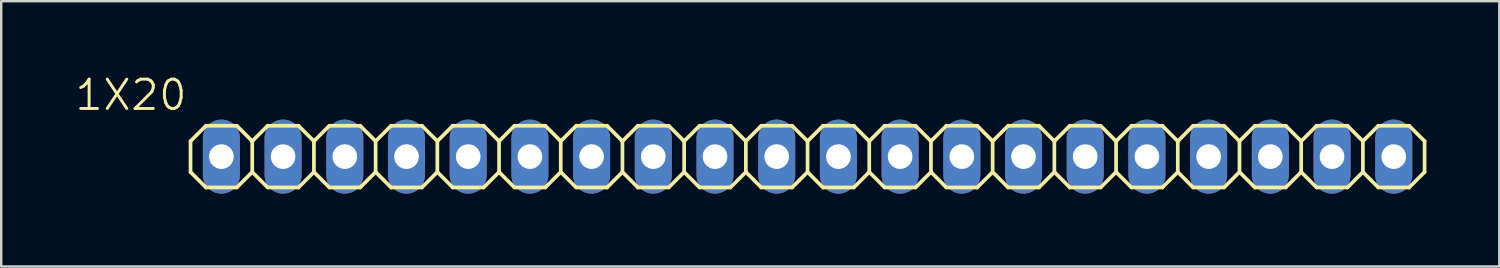
<source format=kicad_pcb>
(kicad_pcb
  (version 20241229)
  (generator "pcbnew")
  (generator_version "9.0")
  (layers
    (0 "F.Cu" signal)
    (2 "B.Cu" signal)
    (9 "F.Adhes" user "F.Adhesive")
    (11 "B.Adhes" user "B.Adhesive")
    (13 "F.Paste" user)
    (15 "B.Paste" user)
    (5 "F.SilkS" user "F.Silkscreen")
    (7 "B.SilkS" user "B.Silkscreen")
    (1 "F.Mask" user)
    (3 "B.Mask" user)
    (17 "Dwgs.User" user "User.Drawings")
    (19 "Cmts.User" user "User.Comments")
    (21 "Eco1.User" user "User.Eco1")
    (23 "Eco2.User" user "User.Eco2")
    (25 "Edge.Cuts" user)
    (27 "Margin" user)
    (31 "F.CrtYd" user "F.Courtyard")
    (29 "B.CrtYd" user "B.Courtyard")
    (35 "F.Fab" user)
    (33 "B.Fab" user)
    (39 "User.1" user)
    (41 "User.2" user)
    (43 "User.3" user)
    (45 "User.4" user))
  (footprint "1X20"
    (layer "F.Cu")
    (at 30.193 3.397)
    (property "Reference" "1X20" (at -25.476 -1.829 0) (layer "F.SilkS") (effects (font (size 1.206 1.206) (thickness 0.121)) (justify right bottom)))
    (attr through_hole)
    (fp_line (start -25.4 -0.635) (end -25.4 0.635) (stroke (width 0.152) (type solid)) (layer "F.SilkS"))
    (fp_line (start -25.4 0.635) (end -24.765 1.27) (stroke (width 0.152) (type solid)) (layer "F.SilkS"))
    (fp_line (start -24.765 -1.27) (end -25.4 -0.635) (stroke (width 0.152) (type solid)) (layer "F.SilkS"))
    (fp_line (start -24.765 -1.27) (end -23.495 -1.27) (stroke (width 0.152) (type solid)) (layer "F.SilkS"))
    (fp_line (start -23.495 -1.27) (end -22.86 -0.635) (stroke (width 0.152) (type solid)) (layer "F.SilkS"))
    (fp_line (start -23.495 1.27) (end -24.765 1.27) (stroke (width 0.152) (type solid)) (layer "F.SilkS"))
    (fp_line (start -22.86 -0.635) (end -22.86 0.635) (stroke (width 0.152) (type solid)) (layer "F.SilkS"))
    (fp_line (start -22.86 -0.635) (end -22.225 -1.27) (stroke (width 0.152) (type solid)) (layer "F.SilkS"))
    (fp_line (start -22.86 0.635) (end -23.495 1.27) (stroke (width 0.152) (type solid)) (layer "F.SilkS"))
    (fp_line (start -22.225 -1.27) (end -20.955 -1.27) (stroke (width 0.152) (type solid)) (layer "F.SilkS"))
    (fp_line (start -22.225 1.27) (end -22.86 0.635) (stroke (width 0.152) (type solid)) (layer "F.SilkS"))
    (fp_line (start -20.955 -1.27) (end -20.32 -0.635) (stroke (width 0.152) (type solid)) (layer "F.SilkS"))
    (fp_line (start -20.955 1.27) (end -22.225 1.27) (stroke (width 0.152) (type solid)) (layer "F.SilkS"))
    (fp_line (start -20.32 -0.635) (end -20.32 0.635) (stroke (width 0.152) (type solid)) (layer "F.SilkS"))
    (fp_line (start -20.32 -0.635) (end -19.685 -1.27) (stroke (width 0.152) (type solid)) (layer "F.SilkS"))
    (fp_line (start -20.32 0.635) (end -20.955 1.27) (stroke (width 0.152) (type solid)) (layer "F.SilkS"))
    (fp_line (start -19.685 -1.27) (end -18.415 -1.27) (stroke (width 0.152) (type solid)) (layer "F.SilkS"))
    (fp_line (start -19.685 1.27) (end -20.32 0.635) (stroke (width 0.152) (type solid)) (layer "F.SilkS"))
    (fp_line (start -18.415 -1.27) (end -17.78 -0.635) (stroke (width 0.152) (type solid)) (layer "F.SilkS"))
    (fp_line (start -18.415 1.27) (end -19.685 1.27) (stroke (width 0.152) (type solid)) (layer "F.SilkS"))
    (fp_line (start -17.78 -0.635) (end -17.78 0.635) (stroke (width 0.152) (type solid)) (layer "F.SilkS"))
    (fp_line (start -17.78 0.635) (end -18.415 1.27) (stroke (width 0.152) (type solid)) (layer "F.SilkS"))
    (fp_line (start -17.78 0.635) (end -17.145 1.27) (stroke (width 0.152) (type solid)) (layer "F.SilkS"))
    (fp_line (start -17.145 -1.27) (end -17.78 -0.635) (stroke (width 0.152) (type solid)) (layer "F.SilkS"))
    (fp_line (start -17.145 -1.27) (end -15.875 -1.27) (stroke (width 0.152) (type solid)) (layer "F.SilkS"))
    (fp_line (start -15.875 -1.27) (end -15.24 -0.635) (stroke (width 0.152) (type solid)) (layer "F.SilkS"))
    (fp_line (start -15.875 1.27) (end -17.145 1.27) (stroke (width 0.152) (type solid)) (layer "F.SilkS"))
    (fp_line (start -15.24 -0.635) (end -15.24 0.635) (stroke (width 0.152) (type solid)) (layer "F.SilkS"))
    (fp_line (start -15.24 -0.635) (end -14.605 -1.27) (stroke (width 0.152) (type solid)) (layer "F.SilkS"))
    (fp_line (start -15.24 0.635) (end -15.875 1.27) (stroke (width 0.152) (type solid)) (layer "F.SilkS"))
    (fp_line (start -14.605 -1.27) (end -13.335 -1.27) (stroke (width 0.152) (type solid)) (layer "F.SilkS"))
    (fp_line (start -14.605 1.27) (end -15.24 0.635) (stroke (width 0.152) (type solid)) (layer "F.SilkS"))
    (fp_line (start -13.335 -1.27) (end -12.7 -0.635) (stroke (width 0.152) (type solid)) (layer "F.SilkS"))
    (fp_line (start -13.335 1.27) (end -14.605 1.27) (stroke (width 0.152) (type solid)) (layer "F.SilkS"))
    (fp_line (start -12.7 -0.635) (end -12.7 0.635) (stroke (width 0.152) (type solid)) (layer "F.SilkS"))
    (fp_line (start -12.7 -0.635) (end -12.065 -1.27) (stroke (width 0.152) (type solid)) (layer "F.SilkS"))
    (fp_line (start -12.7 0.635) (end -13.335 1.27) (stroke (width 0.152) (type solid)) (layer "F.SilkS"))
    (fp_line (start -12.065 -1.27) (end -10.795 -1.27) (stroke (width 0.152) (type solid)) (layer "F.SilkS"))
    (fp_line (start -12.065 1.27) (end -12.7 0.635) (stroke (width 0.152) (type solid)) (layer "F.SilkS"))
    (fp_line (start -10.795 -1.27) (end -10.16 -0.635) (stroke (width 0.152) (type solid)) (layer "F.SilkS"))
    (fp_line (start -10.795 1.27) (end -12.065 1.27) (stroke (width 0.152) (type solid)) (layer "F.SilkS"))
    (fp_line (start -10.16 -0.635) (end -10.16 0.635) (stroke (width 0.152) (type solid)) (layer "F.SilkS"))
    (fp_line (start -10.16 0.635) (end -10.795 1.27) (stroke (width 0.152) (type solid)) (layer "F.SilkS"))
    (fp_line (start -10.16 0.635) (end -9.525 1.27) (stroke (width 0.152) (type solid)) (layer "F.SilkS"))
    (fp_line (start -9.525 -1.27) (end -10.16 -0.635) (stroke (width 0.152) (type solid)) (layer "F.SilkS"))
    (fp_line (start -9.525 -1.27) (end -8.255 -1.27) (stroke (width 0.152) (type solid)) (layer "F.SilkS"))
    (fp_line (start -8.255 -1.27) (end -7.62 -0.635) (stroke (width 0.152) (type solid)) (layer "F.SilkS"))
    (fp_line (start -8.255 1.27) (end -9.525 1.27) (stroke (width 0.152) (type solid)) (layer "F.SilkS"))
    (fp_line (start -7.62 -0.635) (end -7.62 0.635) (stroke (width 0.152) (type solid)) (layer "F.SilkS"))
    (fp_line (start -7.62 -0.635) (end -6.985 -1.27) (stroke (width 0.152) (type solid)) (layer "F.SilkS"))
    (fp_line (start -7.62 0.635) (end -8.255 1.27) (stroke (width 0.152) (type solid)) (layer "F.SilkS"))
    (fp_line (start -6.985 -1.27) (end -5.715 -1.27) (stroke (width 0.152) (type solid)) (layer "F.SilkS"))
    (fp_line (start -6.985 1.27) (end -7.62 0.635) (stroke (width 0.152) (type solid)) (layer "F.SilkS"))
    (fp_line (start -5.715 -1.27) (end -5.08 -0.635) (stroke (width 0.152) (type solid)) (layer "F.SilkS"))
    (fp_line (start -5.715 1.27) (end -6.985 1.27) (stroke (width 0.152) (type solid)) (layer "F.SilkS"))
    (fp_line (start -5.08 -0.635) (end -5.08 0.635) (stroke (width 0.152) (type solid)) (layer "F.SilkS"))
    (fp_line (start -5.08 -0.635) (end -4.445 -1.27) (stroke (width 0.152) (type solid)) (layer "F.SilkS"))
    (fp_line (start -5.08 0.635) (end -5.715 1.27) (stroke (width 0.152) (type solid)) (layer "F.SilkS"))
    (fp_line (start -4.445 -1.27) (end -3.175 -1.27) (stroke (width 0.152) (type solid)) (layer "F.SilkS"))
    (fp_line (start -4.445 1.27) (end -5.08 0.635) (stroke (width 0.152) (type solid)) (layer "F.SilkS"))
    (fp_line (start -3.175 -1.27) (end -2.54 -0.635) (stroke (width 0.152) (type solid)) (layer "F.SilkS"))
    (fp_line (start -3.175 1.27) (end -4.445 1.27) (stroke (width 0.152) (type solid)) (layer "F.SilkS"))
    (fp_line (start -2.54 -0.635) (end -2.54 0.635) (stroke (width 0.152) (type solid)) (layer "F.SilkS"))
    (fp_line (start -2.54 0.635) (end -3.175 1.27) (stroke (width 0.152) (type solid)) (layer "F.SilkS"))
    (fp_line (start -2.54 0.635) (end -1.905 1.27) (stroke (width 0.152) (type solid)) (layer "F.SilkS"))
    (fp_line (start -1.905 -1.27) (end -2.54 -0.635) (stroke (width 0.152) (type solid)) (layer "F.SilkS"))
    (fp_line (start -1.905 -1.27) (end -0.635 -1.27) (stroke (width 0.152) (type solid)) (layer "F.SilkS"))
    (fp_line (start -0.635 -1.27) (end 0 -0.635) (stroke (width 0.152) (type solid)) (layer "F.SilkS"))
    (fp_line (start -0.635 1.27) (end -1.905 1.27) (stroke (width 0.152) (type solid)) (layer "F.SilkS"))
    (fp_line (start 0 -0.635) (end 0 0.635) (stroke (width 0.152) (type solid)) (layer "F.SilkS"))
    (fp_line (start 0 -0.635) (end 0.635 -1.27) (stroke (width 0.152) (type solid)) (layer "F.SilkS"))
    (fp_line (start 0 0.635) (end -0.635 1.27) (stroke (width 0.152) (type solid)) (layer "F.SilkS"))
    (fp_line (start 0.635 -1.27) (end 1.905 -1.27) (stroke (width 0.152) (type solid)) (layer "F.SilkS"))
    (fp_line (start 0.635 1.27) (end 0 0.635) (stroke (width 0.152) (type solid)) (layer "F.SilkS"))
    (fp_line (start 1.905 -1.27) (end 2.54 -0.635) (stroke (width 0.152) (type solid)) (layer "F.SilkS"))
    (fp_line (start 1.905 1.27) (end 0.635 1.27) (stroke (width 0.152) (type solid)) (layer "F.SilkS"))
    (fp_line (start 2.54 -0.635) (end 2.54 0.635) (stroke (width 0.152) (type solid)) (layer "F.SilkS"))
    (fp_line (start 2.54 -0.635) (end 3.175 -1.27) (stroke (width 0.152) (type solid)) (layer "F.SilkS"))
    (fp_line (start 2.54 0.635) (end 1.905 1.27) (stroke (width 0.152) (type solid)) (layer "F.SilkS"))
    (fp_line (start 3.175 -1.27) (end 4.445 -1.27) (stroke (width 0.152) (type solid)) (layer "F.SilkS"))
    (fp_line (start 3.175 1.27) (end 2.54 0.635) (stroke (width 0.152) (type solid)) (layer "F.SilkS"))
    (fp_line (start 4.445 -1.27) (end 5.08 -0.635) (stroke (width 0.152) (type solid)) (layer "F.SilkS"))
    (fp_line (start 4.445 1.27) (end 3.175 1.27) (stroke (width 0.152) (type solid)) (layer "F.SilkS"))
    (fp_line (start 5.08 -0.635) (end 5.08 0.635) (stroke (width 0.152) (type solid)) (layer "F.SilkS"))
    (fp_line (start 5.08 0.635) (end 4.445 1.27) (stroke (width 0.152) (type solid)) (layer "F.SilkS"))
    (fp_line (start 5.08 0.635) (end 5.715 1.27) (stroke (width 0.152) (type solid)) (layer "F.SilkS"))
    (fp_line (start 5.715 -1.27) (end 5.08 -0.635) (stroke (width 0.152) (type solid)) (layer "F.SilkS"))
    (fp_line (start 5.715 -1.27) (end 6.985 -1.27) (stroke (width 0.152) (type solid)) (layer "F.SilkS"))
    (fp_line (start 6.985 -1.27) (end 7.62 -0.635) (stroke (width 0.152) (type solid)) (layer "F.SilkS"))
    (fp_line (start 6.985 1.27) (end 5.715 1.27) (stroke (width 0.152) (type solid)) (layer "F.SilkS"))
    (fp_line (start 7.62 -0.635) (end 7.62 0.635) (stroke (width 0.152) (type solid)) (layer "F.SilkS"))
    (fp_line (start 7.62 -0.635) (end 8.255 -1.27) (stroke (width 0.152) (type solid)) (layer "F.SilkS"))
    (fp_line (start 7.62 0.635) (end 6.985 1.27) (stroke (width 0.152) (type solid)) (layer "F.SilkS"))
    (fp_line (start 8.255 -1.27) (end 9.525 -1.27) (stroke (width 0.152) (type solid)) (layer "F.SilkS"))
    (fp_line (start 8.255 1.27) (end 7.62 0.635) (stroke (width 0.152) (type solid)) (layer "F.SilkS"))
    (fp_line (start 9.525 -1.27) (end 10.16 -0.635) (stroke (width 0.152) (type solid)) (layer "F.SilkS"))
    (fp_line (start 9.525 1.27) (end 8.255 1.27) (stroke (width 0.152) (type solid)) (layer "F.SilkS"))
    (fp_line (start 10.16 -0.635) (end 10.16 0.635) (stroke (width 0.152) (type solid)) (layer "F.SilkS"))
    (fp_line (start 10.16 -0.635) (end 10.795 -1.27) (stroke (width 0.152) (type solid)) (layer "F.SilkS"))
    (fp_line (start 10.16 0.635) (end 9.525 1.27) (stroke (width 0.152) (type solid)) (layer "F.SilkS"))
    (fp_line (start 10.795 -1.27) (end 12.065 -1.27) (stroke (width 0.152) (type solid)) (layer "F.SilkS"))
    (fp_line (start 10.795 1.27) (end 10.16 0.635) (stroke (width 0.152) (type solid)) (layer "F.SilkS"))
    (fp_line (start 12.065 -1.27) (end 12.7 -0.635) (stroke (width 0.152) (type solid)) (layer "F.SilkS"))
    (fp_line (start 12.065 1.27) (end 10.795 1.27) (stroke (width 0.152) (type solid)) (layer "F.SilkS"))
    (fp_line (start 12.7 -0.635) (end 12.7 0.635) (stroke (width 0.152) (type solid)) (layer "F.SilkS"))
    (fp_line (start 12.7 0.635) (end 12.065 1.27) (stroke (width 0.152) (type solid)) (layer "F.SilkS"))
    (fp_line (start 12.7 0.635) (end 13.335 1.27) (stroke (width 0.152) (type solid)) (layer "F.SilkS"))
    (fp_line (start 13.335 -1.27) (end 12.7 -0.635) (stroke (width 0.152) (type solid)) (layer "F.SilkS"))
    (fp_line (start 13.335 -1.27) (end 14.605 -1.27) (stroke (width 0.152) (type solid)) (layer "F.SilkS"))
    (fp_line (start 14.605 -1.27) (end 15.24 -0.635) (stroke (width 0.152) (type solid)) (layer "F.SilkS"))
    (fp_line (start 14.605 1.27) (end 13.335 1.27) (stroke (width 0.152) (type solid)) (layer "F.SilkS"))
    (fp_line (start 15.24 -0.635) (end 15.24 0.635) (stroke (width 0.152) (type solid)) (layer "F.SilkS"))
    (fp_line (start 15.24 -0.635) (end 15.875 -1.27) (stroke (width 0.152) (type solid)) (layer "F.SilkS"))
    (fp_line (start 15.24 0.635) (end 14.605 1.27) (stroke (width 0.152) (type solid)) (layer "F.SilkS"))
    (fp_line (start 15.875 -1.27) (end 17.145 -1.27) (stroke (width 0.152) (type solid)) (layer "F.SilkS"))
    (fp_line (start 15.875 1.27) (end 15.24 0.635) (stroke (width 0.152) (type solid)) (layer "F.SilkS"))
    (fp_line (start 17.145 -1.27) (end 17.78 -0.635) (stroke (width 0.152) (type solid)) (layer "F.SilkS"))
    (fp_line (start 17.145 1.27) (end 15.875 1.27) (stroke (width 0.152) (type solid)) (layer "F.SilkS"))
    (fp_line (start 17.78 -0.635) (end 17.78 0.635) (stroke (width 0.152) (type solid)) (layer "F.SilkS"))
    (fp_line (start 17.78 -0.635) (end 18.415 -1.27) (stroke (width 0.152) (type solid)) (layer "F.SilkS"))
    (fp_line (start 17.78 0.635) (end 17.145 1.27) (stroke (width 0.152) (type solid)) (layer "F.SilkS"))
    (fp_line (start 18.415 -1.27) (end 19.685 -1.27) (stroke (width 0.152) (type solid)) (layer "F.SilkS"))
    (fp_line (start 18.415 1.27) (end 17.78 0.635) (stroke (width 0.152) (type solid)) (layer "F.SilkS"))
    (fp_line (start 19.685 -1.27) (end 20.32 -0.635) (stroke (width 0.152) (type solid)) (layer "F.SilkS"))
    (fp_line (start 19.685 1.27) (end 18.415 1.27) (stroke (width 0.152) (type solid)) (layer "F.SilkS"))
    (fp_line (start 20.32 -0.635) (end 20.32 0.635) (stroke (width 0.152) (type solid)) (layer "F.SilkS"))
    (fp_line (start 20.32 0.635) (end 19.685 1.27) (stroke (width 0.152) (type solid)) (layer "F.SilkS"))
    (fp_line (start 20.32 0.635) (end 20.955 1.27) (stroke (width 0.152) (type solid)) (layer "F.SilkS"))
    (fp_line (start 20.955 -1.27) (end 20.32 -0.635) (stroke (width 0.152) (type solid)) (layer "F.SilkS"))
    (fp_line (start 20.955 -1.27) (end 22.225 -1.27) (stroke (width 0.152) (type solid)) (layer "F.SilkS"))
    (fp_line (start 22.225 -1.27) (end 22.86 -0.635) (stroke (width 0.152) (type solid)) (layer "F.SilkS"))
    (fp_line (start 22.225 1.27) (end 20.955 1.27) (stroke (width 0.152) (type solid)) (layer "F.SilkS"))
    (fp_line (start 22.86 -0.635) (end 22.86 0.635) (stroke (width 0.152) (type solid)) (layer "F.SilkS"))
    (fp_line (start 22.86 0.635) (end 22.225 1.27) (stroke (width 0.152) (type solid)) (layer "F.SilkS"))
    (fp_line (start 22.86 0.635) (end 23.495 1.27) (stroke (width 0.152) (type solid)) (layer "F.SilkS"))
    (fp_line (start 23.495 -1.27) (end 22.86 -0.635) (stroke (width 0.152) (type solid)) (layer "F.SilkS"))
    (fp_line (start 23.495 -1.27) (end 24.765 -1.27) (stroke (width 0.152) (type solid)) (layer "F.SilkS"))
    (fp_line (start 24.765 -1.27) (end 25.4 -0.635) (stroke (width 0.152) (type solid)) (layer "F.SilkS"))
    (fp_line (start 24.765 1.27) (end 23.495 1.27) (stroke (width 0.152) (type solid)) (layer "F.SilkS"))
    (fp_line (start 25.4 -0.635) (end 25.4 0.635) (stroke (width 0.152) (type solid)) (layer "F.SilkS"))
    (fp_line (start 25.4 0.635) (end 24.765 1.27) (stroke (width 0.152) (type solid)) (layer "F.SilkS"))
    (fp_poly (pts (xy -24.384 0.254) (xy -23.876 0.254) (xy -23.876 -0.254) (xy -24.384 -0.254)) (stroke (width 0.1) (type solid)) (fill no) (layer "F.Fab"))
    (fp_poly (pts (xy -21.844 0.254) (xy -21.336 0.254) (xy -21.336 -0.254) (xy -21.844 -0.254)) (stroke (width 0.1) (type solid)) (fill no) (layer "F.Fab"))
    (fp_poly (pts (xy -19.304 0.254) (xy -18.796 0.254) (xy -18.796 -0.254) (xy -19.304 -0.254)) (stroke (width 0.1) (type solid)) (fill no) (layer "F.Fab"))
    (fp_poly (pts (xy -16.764 0.254) (xy -16.256 0.254) (xy -16.256 -0.254) (xy -16.764 -0.254)) (stroke (width 0.1) (type solid)) (fill no) (layer "F.Fab"))
    (fp_poly (pts (xy -14.224 0.254) (xy -13.716 0.254) (xy -13.716 -0.254) (xy -14.224 -0.254)) (stroke (width 0.1) (type solid)) (fill no) (layer "F.Fab"))
    (fp_poly (pts (xy -11.684 0.254) (xy -11.176 0.254) (xy -11.176 -0.254) (xy -11.684 -0.254)) (stroke (width 0.1) (type solid)) (fill no) (layer "F.Fab"))
    (fp_poly (pts (xy -9.144 0.254) (xy -8.636 0.254) (xy -8.636 -0.254) (xy -9.144 -0.254)) (stroke (width 0.1) (type solid)) (fill no) (layer "F.Fab"))
    (fp_poly (pts (xy -6.604 0.254) (xy -6.096 0.254) (xy -6.096 -0.254) (xy -6.604 -0.254)) (stroke (width 0.1) (type solid)) (fill no) (layer "F.Fab"))
    (fp_poly (pts (xy -4.064 0.254) (xy -3.556 0.254) (xy -3.556 -0.254) (xy -4.064 -0.254)) (stroke (width 0.1) (type solid)) (fill no) (layer "F.Fab"))
    (fp_poly (pts (xy -1.524 0.254) (xy -1.016 0.254) (xy -1.016 -0.254) (xy -1.524 -0.254)) (stroke (width 0.1) (type solid)) (fill no) (layer "F.Fab"))
    (fp_poly (pts (xy 1.016 0.254) (xy 1.524 0.254) (xy 1.524 -0.254) (xy 1.016 -0.254)) (stroke (width 0.1) (type solid)) (fill no) (layer "F.Fab"))
    (fp_poly (pts (xy 3.556 0.254) (xy 4.064 0.254) (xy 4.064 -0.254) (xy 3.556 -0.254)) (stroke (width 0.1) (type solid)) (fill no) (layer "F.Fab"))
    (fp_poly (pts (xy 6.096 0.254) (xy 6.604 0.254) (xy 6.604 -0.254) (xy 6.096 -0.254)) (stroke (width 0.1) (type solid)) (fill no) (layer "F.Fab"))
    (fp_poly (pts (xy 8.636 0.254) (xy 9.144 0.254) (xy 9.144 -0.254) (xy 8.636 -0.254)) (stroke (width 0.1) (type solid)) (fill no) (layer "F.Fab"))
    (fp_poly (pts (xy 11.176 0.254) (xy 11.684 0.254) (xy 11.684 -0.254) (xy 11.176 -0.254)) (stroke (width 0.1) (type solid)) (fill no) (layer "F.Fab"))
    (fp_poly (pts (xy 13.716 0.254) (xy 14.224 0.254) (xy 14.224 -0.254) (xy 13.716 -0.254)) (stroke (width 0.1) (type solid)) (fill no) (layer "F.Fab"))
    (fp_poly (pts (xy 16.256 0.254) (xy 16.764 0.254) (xy 16.764 -0.254) (xy 16.256 -0.254)) (stroke (width 0.1) (type solid)) (fill no) (layer "F.Fab"))
    (fp_poly (pts (xy 18.796 0.254) (xy 19.304 0.254) (xy 19.304 -0.254) (xy 18.796 -0.254)) (stroke (width 0.1) (type solid)) (fill no) (layer "F.Fab"))
    (fp_poly (pts (xy 21.336 0.254) (xy 21.844 0.254) (xy 21.844 -0.254) (xy 21.336 -0.254)) (stroke (width 0.1) (type solid)) (fill no) (layer "F.Fab"))
    (fp_poly (pts (xy 23.876 0.254) (xy 24.384 0.254) (xy 24.384 -0.254) (xy 23.876 -0.254)) (stroke (width 0.1) (type solid)) (fill no) (layer "F.Fab"))
    (pad "1" thru_hole oval (at -24.13 0 90) (size 3.048 1.524) (drill 1.016) (layers "*.Cu" "*.Mask"))
    (pad "2" thru_hole oval (at -21.59 0 90) (size 3.048 1.524) (drill 1.016) (layers "*.Cu" "*.Mask"))
    (pad "3" thru_hole oval (at -19.05 0 90) (size 3.048 1.524) (drill 1.016) (layers "*.Cu" "*.Mask"))
    (pad "4" thru_hole oval (at -16.51 0 90) (size 3.048 1.524) (drill 1.016) (layers "*.Cu" "*.Mask"))
    (pad "5" thru_hole oval (at -13.97 0 90) (size 3.048 1.524) (drill 1.016) (layers "*.Cu" "*.Mask"))
    (pad "6" thru_hole oval (at -11.43 0 90) (size 3.048 1.524) (drill 1.016) (layers "*.Cu" "*.Mask"))
    (pad "7" thru_hole oval (at -8.89 0 90) (size 3.048 1.524) (drill 1.016) (layers "*.Cu" "*.Mask"))
    (pad "8" thru_hole oval (at -6.35 0 90) (size 3.048 1.524) (drill 1.016) (layers "*.Cu" "*.Mask"))
    (pad "9" thru_hole oval (at -3.81 0 90) (size 3.048 1.524) (drill 1.016) (layers "*.Cu" "*.Mask"))
    (pad "10" thru_hole oval (at -1.27 0 90) (size 3.048 1.524) (drill 1.016) (layers "*.Cu" "*.Mask"))
    (pad "11" thru_hole oval (at 1.27 0 90) (size 3.048 1.524) (drill 1.016) (layers "*.Cu" "*.Mask"))
    (pad "12" thru_hole oval (at 3.81 0 90) (size 3.048 1.524) (drill 1.016) (layers "*.Cu" "*.Mask"))
    (pad "13" thru_hole oval (at 6.35 0 90) (size 3.048 1.524) (drill 1.016) (layers "*.Cu" "*.Mask"))
    (pad "14" thru_hole oval (at 8.89 0 90) (size 3.048 1.524) (drill 1.016) (layers "*.Cu" "*.Mask"))
    (pad "15" thru_hole oval (at 11.43 0 90) (size 3.048 1.524) (drill 1.016) (layers "*.Cu" "*.Mask"))
    (pad "16" thru_hole oval (at 13.97 0 90) (size 3.048 1.524) (drill 1.016) (layers "*.Cu" "*.Mask"))
    (pad "17" thru_hole oval (at 16.51 0 90) (size 3.048 1.524) (drill 1.016) (layers "*.Cu" "*.Mask"))
    (pad "18" thru_hole oval (at 19.05 0 90) (size 3.048 1.524) (drill 1.016) (layers "*.Cu" "*.Mask"))
    (pad "19" thru_hole oval (at 21.59 0 90) (size 3.048 1.524) (drill 1.016) (layers "*.Cu" "*.Mask"))
    (pad "20" thru_hole oval (at 24.13 0 90) (size 3.048 1.524) (drill 1.016) (layers "*.Cu" "*.Mask")))
  (gr_rect
    (start -3 -3)
    (end 58.669 7.921)
    (stroke (width 0.1) (type default))
    (fill no)
    (layer "Edge.Cuts")))
</source>
